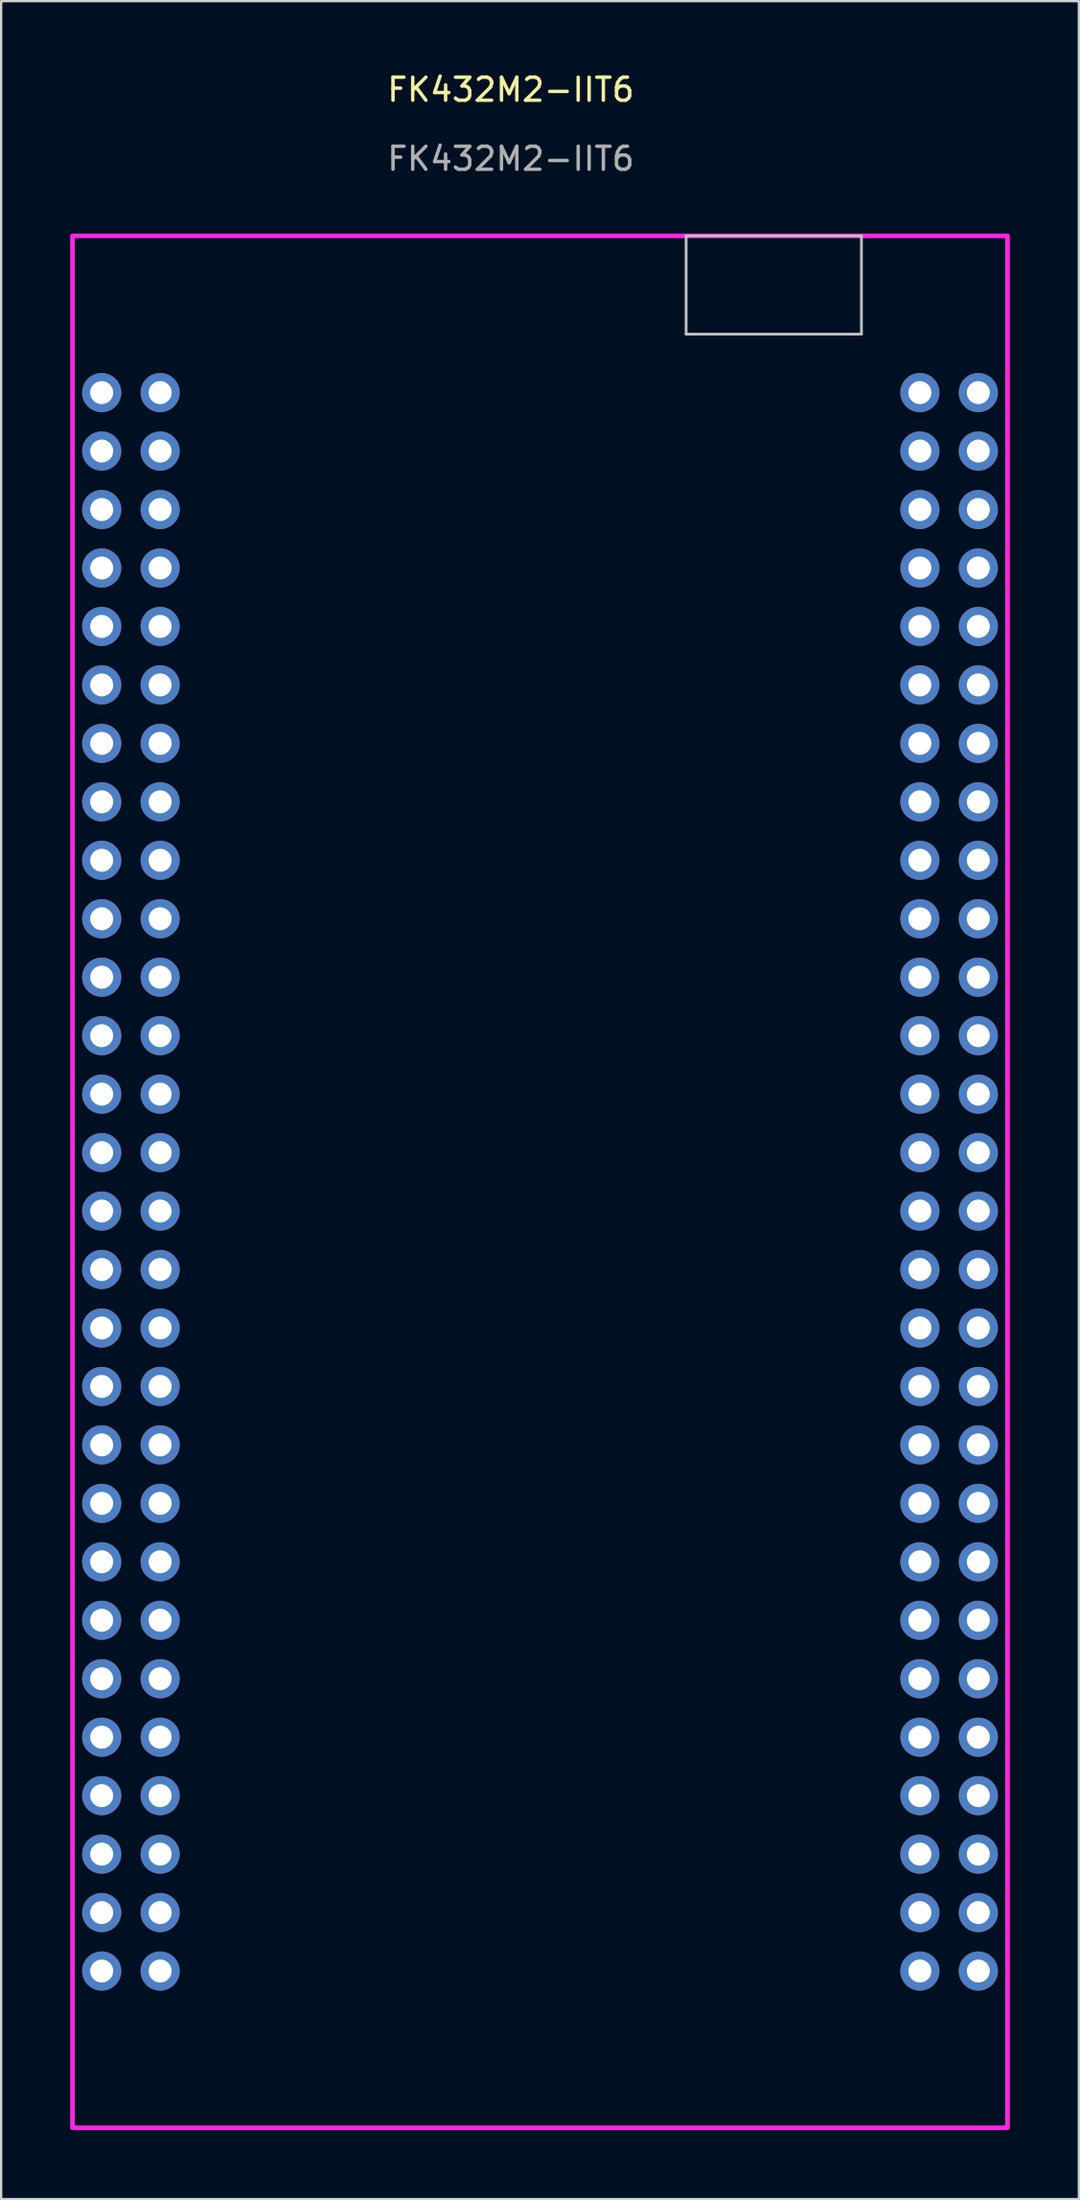
<source format=kicad_pcb>
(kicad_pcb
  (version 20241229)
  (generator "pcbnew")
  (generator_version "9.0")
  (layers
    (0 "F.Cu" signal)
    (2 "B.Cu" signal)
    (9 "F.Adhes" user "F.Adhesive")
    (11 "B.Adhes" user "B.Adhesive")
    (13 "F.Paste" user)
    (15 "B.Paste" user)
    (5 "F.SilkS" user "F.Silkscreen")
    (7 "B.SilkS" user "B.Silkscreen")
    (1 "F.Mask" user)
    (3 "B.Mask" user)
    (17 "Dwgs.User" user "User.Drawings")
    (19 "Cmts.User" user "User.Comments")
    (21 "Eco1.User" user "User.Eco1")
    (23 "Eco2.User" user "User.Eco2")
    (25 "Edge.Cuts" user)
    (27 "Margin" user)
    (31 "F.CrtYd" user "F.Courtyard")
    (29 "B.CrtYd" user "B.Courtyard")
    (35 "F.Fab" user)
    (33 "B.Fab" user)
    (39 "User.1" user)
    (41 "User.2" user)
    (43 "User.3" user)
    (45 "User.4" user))
  (footprint "FK432M2-IIT6"
    (layer "F.Cu")
    (at 1.37 14.008)
    (property "Reference" "FK432M2-IIT6" (at 17.78 -13.16 0) (unlocked yes) (layer "F.SilkS") (effects (font (size 1 1) (thickness 0.15))))
    (attr through_hole)
    (fp_line (start 25.4 -6.81) (end 25.4 -2.54) (stroke (width 0.12) (type default)) (layer "Dwgs.User"))
    (fp_line (start 25.4 -2.54) (end 33.02 -2.54) (stroke (width 0.12) (type default)) (layer "Dwgs.User"))
    (fp_line (start 33.02 -6.81) (end 25.4 -6.81) (stroke (width 0.12) (type default)) (layer "Dwgs.User"))
    (fp_line (start 33.02 -2.54) (end 33.02 -6.81) (stroke (width 0.12) (type default)) (layer "Dwgs.User"))
    (fp_rect (start -1.27 -6.81) (end 39.37 75.39) (stroke (width 0.2) (type default)) (fill no) (layer "F.CrtYd"))
    (fp_text user "${REFERENCE}" (at 17.78 -10.16 0) (unlocked yes) (layer "F.Fab") (effects (font (size 1 1) (thickness 0.15))))
    (pad "1" thru_hole circle (at 0 0) (size 1.7 1.7) (drill 1) (layers "*.Cu" "B.Mask") (remove_unused_layers yes) (keep_end_layers yes) (zone_layer_connections))
    (pad "2" thru_hole circle (at 2.54 0) (size 1.7 1.7) (drill 1) (layers "*.Cu" "B.Mask") (remove_unused_layers yes) (keep_end_layers yes) (zone_layer_connections))
    (pad "3" thru_hole circle (at 0 2.54) (size 1.7 1.7) (drill 1) (layers "*.Cu" "B.Mask") (remove_unused_layers yes) (keep_end_layers yes) (zone_layer_connections))
    (pad "4" thru_hole circle (at 2.54 2.54) (size 1.7 1.7) (drill 1) (layers "*.Cu" "B.Mask") (remove_unused_layers yes) (keep_end_layers yes) (zone_layer_connections))
    (pad "5" thru_hole circle (at 0 5.08) (size 1.7 1.7) (drill 1) (layers "*.Cu" "B.Mask") (remove_unused_layers yes) (keep_end_layers yes) (zone_layer_connections))
    (pad "6" thru_hole circle (at 2.54 5.08) (size 1.7 1.7) (drill 1) (layers "*.Cu" "B.Mask") (remove_unused_layers yes) (keep_end_layers yes) (zone_layer_connections))
    (pad "7" thru_hole circle (at 0 7.62) (size 1.7 1.7) (drill 1) (layers "*.Cu" "B.Mask") (remove_unused_layers yes) (keep_end_layers yes) (zone_layer_connections))
    (pad "8" thru_hole circle (at 2.54 7.62) (size 1.7 1.7) (drill 1) (layers "*.Cu" "B.Mask") (remove_unused_layers yes) (keep_end_layers yes) (zone_layer_connections))
    (pad "9" thru_hole circle (at 0 10.16) (size 1.7 1.7) (drill 1) (layers "*.Cu" "B.Mask") (remove_unused_layers yes) (keep_end_layers yes) (zone_layer_connections))
    (pad "10" thru_hole circle (at 2.54 10.16) (size 1.7 1.7) (drill 1) (layers "*.Cu" "B.Mask") (remove_unused_layers yes) (keep_end_layers yes) (zone_layer_connections))
    (pad "11" thru_hole circle (at 0 12.7) (size 1.7 1.7) (drill 1) (layers "*.Cu" "B.Mask") (remove_unused_layers yes) (keep_end_layers yes) (zone_layer_connections))
    (pad "12" thru_hole circle (at 2.54 12.7) (size 1.7 1.7) (drill 1) (layers "*.Cu" "B.Mask") (remove_unused_layers yes) (keep_end_layers yes) (zone_layer_connections))
    (pad "13" thru_hole circle (at 0 15.24) (size 1.7 1.7) (drill 1) (layers "*.Cu" "B.Mask") (remove_unused_layers yes) (keep_end_layers yes) (zone_layer_connections))
    (pad "14" thru_hole circle (at 2.54 15.24) (size 1.7 1.7) (drill 1) (layers "*.Cu" "B.Mask") (remove_unused_layers yes) (keep_end_layers yes) (zone_layer_connections))
    (pad "15" thru_hole circle (at 0 17.78) (size 1.7 1.7) (drill 1) (layers "*.Cu" "B.Mask") (remove_unused_layers yes) (keep_end_layers yes) (zone_layer_connections))
    (pad "16" thru_hole circle (at 2.54 17.78) (size 1.7 1.7) (drill 1) (layers "*.Cu" "B.Mask") (remove_unused_layers yes) (keep_end_layers yes) (zone_layer_connections))
    (pad "17" thru_hole circle (at 0 20.32) (size 1.7 1.7) (drill 1) (layers "*.Cu" "B.Mask") (remove_unused_layers yes) (keep_end_layers yes) (zone_layer_connections))
    (pad "18" thru_hole circle (at 2.54 20.32) (size 1.7 1.7) (drill 1) (layers "*.Cu" "B.Mask") (remove_unused_layers yes) (keep_end_layers yes) (zone_layer_connections))
    (pad "19" thru_hole circle (at 0 22.86) (size 1.7 1.7) (drill 1) (layers "*.Cu" "B.Mask") (remove_unused_layers yes) (keep_end_layers yes) (zone_layer_connections))
    (pad "20" thru_hole circle (at 2.54 22.86) (size 1.7 1.7) (drill 1) (layers "*.Cu" "B.Mask") (remove_unused_layers yes) (keep_end_layers yes) (zone_layer_connections))
    (pad "21" thru_hole circle (at 0 25.4) (size 1.7 1.7) (drill 1) (layers "*.Cu" "B.Mask") (remove_unused_layers yes) (keep_end_layers yes) (zone_layer_connections))
    (pad "22" thru_hole circle (at 2.54 25.4) (size 1.7 1.7) (drill 1) (layers "*.Cu" "B.Mask") (remove_unused_layers yes) (keep_end_layers yes) (zone_layer_connections))
    (pad "23" thru_hole circle (at 0 27.94) (size 1.7 1.7) (drill 1) (layers "*.Cu" "B.Mask") (remove_unused_layers yes) (keep_end_layers yes) (zone_layer_connections))
    (pad "24" thru_hole circle (at 2.54 27.94) (size 1.7 1.7) (drill 1) (layers "*.Cu" "B.Mask") (remove_unused_layers yes) (keep_end_layers yes) (zone_layer_connections))
    (pad "25" thru_hole circle (at 0 30.48) (size 1.7 1.7) (drill 1) (layers "*.Cu" "B.Mask") (remove_unused_layers yes) (keep_end_layers yes) (zone_layer_connections))
    (pad "26" thru_hole circle (at 2.54 30.48) (size 1.7 1.7) (drill 1) (layers "*.Cu" "B.Mask") (remove_unused_layers yes) (keep_end_layers yes) (zone_layer_connections))
    (pad "27" thru_hole circle (at 0 33.02) (size 1.7 1.7) (drill 1) (layers "*.Cu" "B.Mask") (remove_unused_layers yes) (keep_end_layers yes) (zone_layer_connections))
    (pad "28" thru_hole circle (at 2.54 33.02) (size 1.7 1.7) (drill 1) (layers "*.Cu" "B.Mask") (remove_unused_layers yes) (keep_end_layers yes) (zone_layer_connections))
    (pad "29" thru_hole circle (at 0 35.56) (size 1.7 1.7) (drill 1) (layers "*.Cu" "B.Mask") (remove_unused_layers yes) (keep_end_layers yes) (zone_layer_connections))
    (pad "30" thru_hole circle (at 2.54 35.56) (size 1.7 1.7) (drill 1) (layers "*.Cu" "B.Mask") (remove_unused_layers yes) (keep_end_layers yes) (zone_layer_connections))
    (pad "31" thru_hole circle (at 0 38.1) (size 1.7 1.7) (drill 1) (layers "*.Cu" "B.Mask") (remove_unused_layers yes) (keep_end_layers yes) (zone_layer_connections))
    (pad "32" thru_hole circle (at 2.54 38.1) (size 1.7 1.7) (drill 1) (layers "*.Cu" "B.Mask") (remove_unused_layers yes) (keep_end_layers yes) (zone_layer_connections))
    (pad "33" thru_hole circle (at 0 40.64) (size 1.7 1.7) (drill 1) (layers "*.Cu" "B.Mask") (remove_unused_layers yes) (keep_end_layers yes) (zone_layer_connections))
    (pad "34" thru_hole circle (at 2.54 40.64) (size 1.7 1.7) (drill 1) (layers "*.Cu" "B.Mask") (remove_unused_layers yes) (keep_end_layers yes) (zone_layer_connections))
    (pad "35" thru_hole circle (at 0 43.18) (size 1.7 1.7) (drill 1) (layers "*.Cu" "B.Mask") (remove_unused_layers yes) (keep_end_layers yes) (zone_layer_connections))
    (pad "36" thru_hole circle (at 2.54 43.18) (size 1.7 1.7) (drill 1) (layers "*.Cu" "B.Mask") (remove_unused_layers yes) (keep_end_layers yes) (zone_layer_connections))
    (pad "37" thru_hole circle (at 0 45.72) (size 1.7 1.7) (drill 1) (layers "*.Cu" "B.Mask") (remove_unused_layers yes) (keep_end_layers yes) (zone_layer_connections))
    (pad "38" thru_hole circle (at 2.54 45.72) (size 1.7 1.7) (drill 1) (layers "*.Cu" "B.Mask") (remove_unused_layers yes) (keep_end_layers yes) (zone_layer_connections))
    (pad "39" thru_hole circle (at 0 48.26) (size 1.7 1.7) (drill 1) (layers "*.Cu" "B.Mask") (remove_unused_layers yes) (keep_end_layers yes) (zone_layer_connections))
    (pad "40" thru_hole circle (at 2.54 48.26) (size 1.7 1.7) (drill 1) (layers "*.Cu" "B.Mask") (remove_unused_layers yes) (keep_end_layers yes) (zone_layer_connections))
    (pad "41" thru_hole circle (at 0 50.8) (size 1.7 1.7) (drill 1) (layers "*.Cu" "B.Mask") (remove_unused_layers yes) (keep_end_layers yes) (zone_layer_connections))
    (pad "42" thru_hole circle (at 2.54 50.8) (size 1.7 1.7) (drill 1) (layers "*.Cu" "B.Mask") (remove_unused_layers yes) (keep_end_layers yes) (zone_layer_connections))
    (pad "43" thru_hole circle (at 0 53.34) (size 1.7 1.7) (drill 1) (layers "*.Cu" "B.Mask") (remove_unused_layers yes) (keep_end_layers yes) (zone_layer_connections))
    (pad "44" thru_hole circle (at 2.54 53.34) (size 1.7 1.7) (drill 1) (layers "*.Cu" "B.Mask") (remove_unused_layers yes) (keep_end_layers yes) (zone_layer_connections))
    (pad "45" thru_hole circle (at 0 55.88) (size 1.7 1.7) (drill 1) (layers "*.Cu" "B.Mask") (remove_unused_layers yes) (keep_end_layers yes) (zone_layer_connections))
    (pad "46" thru_hole circle (at 2.54 55.88) (size 1.7 1.7) (drill 1) (layers "*.Cu" "B.Mask") (remove_unused_layers yes) (keep_end_layers yes) (zone_layer_connections))
    (pad "47" thru_hole circle (at 0 58.42) (size 1.7 1.7) (drill 1) (layers "*.Cu" "B.Mask") (remove_unused_layers yes) (keep_end_layers yes) (zone_layer_connections))
    (pad "48" thru_hole circle (at 2.54 58.42) (size 1.7 1.7) (drill 1) (layers "*.Cu" "B.Mask") (remove_unused_layers yes) (keep_end_layers yes) (zone_layer_connections))
    (pad "49" thru_hole circle (at 0 60.96) (size 1.7 1.7) (drill 1) (layers "*.Cu" "B.Mask") (remove_unused_layers yes) (keep_end_layers yes) (zone_layer_connections))
    (pad "50" thru_hole circle (at 2.54 60.96) (size 1.7 1.7) (drill 1) (layers "*.Cu" "B.Mask") (remove_unused_layers yes) (keep_end_layers yes) (zone_layer_connections))
    (pad "51" thru_hole circle (at 0 63.5) (size 1.7 1.7) (drill 1) (layers "*.Cu" "B.Mask") (remove_unused_layers yes) (keep_end_layers yes) (zone_layer_connections))
    (pad "52" thru_hole circle (at 2.54 63.5) (size 1.7 1.7) (drill 1) (layers "*.Cu" "B.Mask") (remove_unused_layers yes) (keep_end_layers yes) (zone_layer_connections))
    (pad "53" thru_hole circle (at 0 66.04) (size 1.7 1.7) (drill 1) (layers "*.Cu" "B.Mask") (remove_unused_layers yes) (keep_end_layers yes) (zone_layer_connections))
    (pad "54" thru_hole circle (at 2.54 66.04) (size 1.7 1.7) (drill 1) (layers "*.Cu" "B.Mask") (remove_unused_layers yes) (keep_end_layers yes) (zone_layer_connections))
    (pad "55" thru_hole circle (at 0 68.58) (size 1.7 1.7) (drill 1) (layers "*.Cu" "B.Mask") (remove_unused_layers yes) (keep_end_layers yes) (zone_layer_connections))
    (pad "56" thru_hole circle (at 2.54 68.58) (size 1.7 1.7) (drill 1) (layers "*.Cu" "B.Mask") (remove_unused_layers yes) (keep_end_layers yes) (zone_layer_connections))
    (pad "57" thru_hole circle (at 35.56 0) (size 1.7 1.7) (drill 1) (layers "*.Cu" "B.Mask") (remove_unused_layers yes) (keep_end_layers yes) (zone_layer_connections))
    (pad "58" thru_hole circle (at 38.1 0) (size 1.7 1.7) (drill 1) (layers "*.Cu" "B.Mask") (remove_unused_layers yes) (keep_end_layers yes) (zone_layer_connections))
    (pad "59" thru_hole circle (at 35.56 2.54) (size 1.7 1.7) (drill 1) (layers "*.Cu" "B.Mask") (remove_unused_layers yes) (keep_end_layers yes) (zone_layer_connections))
    (pad "60" thru_hole circle (at 38.1 2.54) (size 1.7 1.7) (drill 1) (layers "*.Cu" "B.Mask") (remove_unused_layers yes) (keep_end_layers yes) (zone_layer_connections))
    (pad "61" thru_hole circle (at 35.56 5.08) (size 1.7 1.7) (drill 1) (layers "*.Cu" "B.Mask") (remove_unused_layers yes) (keep_end_layers yes) (zone_layer_connections))
    (pad "62" thru_hole circle (at 38.1 5.08) (size 1.7 1.7) (drill 1) (layers "*.Cu" "B.Mask") (remove_unused_layers yes) (keep_end_layers yes) (zone_layer_connections))
    (pad "63" thru_hole circle (at 35.56 7.62) (size 1.7 1.7) (drill 1) (layers "*.Cu" "B.Mask") (remove_unused_layers yes) (keep_end_layers yes) (zone_layer_connections))
    (pad "64" thru_hole circle (at 38.1 7.62) (size 1.7 1.7) (drill 1) (layers "*.Cu" "B.Mask") (remove_unused_layers yes) (keep_end_layers yes) (zone_layer_connections))
    (pad "65" thru_hole circle (at 35.56 10.16) (size 1.7 1.7) (drill 1) (layers "*.Cu" "B.Mask") (remove_unused_layers yes) (keep_end_layers yes) (zone_layer_connections))
    (pad "66" thru_hole circle (at 38.1 10.16) (size 1.7 1.7) (drill 1) (layers "*.Cu" "B.Mask") (remove_unused_layers yes) (keep_end_layers yes) (zone_layer_connections))
    (pad "67" thru_hole circle (at 35.56 12.7) (size 1.7 1.7) (drill 1) (layers "*.Cu" "B.Mask") (remove_unused_layers yes) (keep_end_layers yes) (zone_layer_connections))
    (pad "68" thru_hole circle (at 38.1 12.7) (size 1.7 1.7) (drill 1) (layers "*.Cu" "B.Mask") (remove_unused_layers yes) (keep_end_layers yes) (zone_layer_connections))
    (pad "69" thru_hole circle (at 35.56 15.24) (size 1.7 1.7) (drill 1) (layers "*.Cu" "B.Mask") (remove_unused_layers yes) (keep_end_layers yes) (zone_layer_connections))
    (pad "70" thru_hole circle (at 38.1 15.24) (size 1.7 1.7) (drill 1) (layers "*.Cu" "B.Mask") (remove_unused_layers yes) (keep_end_layers yes) (zone_layer_connections))
    (pad "71" thru_hole circle (at 35.56 17.78) (size 1.7 1.7) (drill 1) (layers "*.Cu" "B.Mask") (remove_unused_layers yes) (keep_end_layers yes) (zone_layer_connections))
    (pad "72" thru_hole circle (at 38.1 17.78) (size 1.7 1.7) (drill 1) (layers "*.Cu" "B.Mask") (remove_unused_layers yes) (keep_end_layers yes) (zone_layer_connections))
    (pad "73" thru_hole circle (at 35.56 20.32) (size 1.7 1.7) (drill 1) (layers "*.Cu" "B.Mask") (remove_unused_layers yes) (keep_end_layers yes) (zone_layer_connections))
    (pad "74" thru_hole circle (at 38.1 20.32) (size 1.7 1.7) (drill 1) (layers "*.Cu" "B.Mask") (remove_unused_layers yes) (keep_end_layers yes) (zone_layer_connections))
    (pad "75" thru_hole circle (at 35.56 22.86) (size 1.7 1.7) (drill 1) (layers "*.Cu" "B.Mask") (remove_unused_layers yes) (keep_end_layers yes) (zone_layer_connections))
    (pad "76" thru_hole circle (at 38.1 22.86) (size 1.7 1.7) (drill 1) (layers "*.Cu" "B.Mask") (remove_unused_layers yes) (keep_end_layers yes) (zone_layer_connections))
    (pad "77" thru_hole circle (at 35.56 25.4) (size 1.7 1.7) (drill 1) (layers "*.Cu" "B.Mask") (remove_unused_layers yes) (keep_end_layers yes) (zone_layer_connections))
    (pad "78" thru_hole circle (at 38.1 25.4) (size 1.7 1.7) (drill 1) (layers "*.Cu" "B.Mask") (remove_unused_layers yes) (keep_end_layers yes) (zone_layer_connections))
    (pad "79" thru_hole circle (at 35.56 27.94) (size 1.7 1.7) (drill 1) (layers "*.Cu" "B.Mask") (remove_unused_layers yes) (keep_end_layers yes) (zone_layer_connections))
    (pad "80" thru_hole circle (at 38.1 27.94) (size 1.7 1.7) (drill 1) (layers "*.Cu" "B.Mask") (remove_unused_layers yes) (keep_end_layers yes) (zone_layer_connections))
    (pad "81" thru_hole circle (at 35.56 30.48) (size 1.7 1.7) (drill 1) (layers "*.Cu" "B.Mask") (remove_unused_layers yes) (keep_end_layers yes) (zone_layer_connections))
    (pad "82" thru_hole circle (at 38.1 30.48) (size 1.7 1.7) (drill 1) (layers "*.Cu" "B.Mask") (remove_unused_layers yes) (keep_end_layers yes) (zone_layer_connections))
    (pad "83" thru_hole circle (at 35.56 33.02) (size 1.7 1.7) (drill 1) (layers "*.Cu" "B.Mask") (remove_unused_layers yes) (keep_end_layers yes) (zone_layer_connections))
    (pad "84" thru_hole circle (at 38.1 33.02) (size 1.7 1.7) (drill 1) (layers "*.Cu" "B.Mask") (remove_unused_layers yes) (keep_end_layers yes) (zone_layer_connections))
    (pad "85" thru_hole circle (at 35.56 35.56) (size 1.7 1.7) (drill 1) (layers "*.Cu" "B.Mask") (remove_unused_layers yes) (keep_end_layers yes) (zone_layer_connections))
    (pad "86" thru_hole circle (at 38.1 35.56) (size 1.7 1.7) (drill 1) (layers "*.Cu" "B.Mask") (remove_unused_layers yes) (keep_end_layers yes) (zone_layer_connections))
    (pad "87" thru_hole circle (at 35.56 38.1) (size 1.7 1.7) (drill 1) (layers "*.Cu" "B.Mask") (remove_unused_layers yes) (keep_end_layers yes) (zone_layer_connections))
    (pad "88" thru_hole circle (at 38.1 38.1) (size 1.7 1.7) (drill 1) (layers "*.Cu" "B.Mask") (remove_unused_layers yes) (keep_end_layers yes) (zone_layer_connections))
    (pad "89" thru_hole circle (at 35.56 40.64) (size 1.7 1.7) (drill 1) (layers "*.Cu" "B.Mask") (remove_unused_layers yes) (keep_end_layers yes) (zone_layer_connections))
    (pad "90" thru_hole circle (at 38.1 40.64) (size 1.7 1.7) (drill 1) (layers "*.Cu" "B.Mask") (remove_unused_layers yes) (keep_end_layers yes) (zone_layer_connections))
    (pad "91" thru_hole circle (at 35.56 43.18) (size 1.7 1.7) (drill 1) (layers "*.Cu" "B.Mask") (remove_unused_layers yes) (keep_end_layers yes) (zone_layer_connections))
    (pad "92" thru_hole circle (at 38.1 43.18) (size 1.7 1.7) (drill 1) (layers "*.Cu" "B.Mask") (remove_unused_layers yes) (keep_end_layers yes) (zone_layer_connections))
    (pad "93" thru_hole circle (at 35.56 45.72) (size 1.7 1.7) (drill 1) (layers "*.Cu" "B.Mask") (remove_unused_layers yes) (keep_end_layers yes) (zone_layer_connections))
    (pad "94" thru_hole circle (at 38.1 45.72) (size 1.7 1.7) (drill 1) (layers "*.Cu" "B.Mask") (remove_unused_layers yes) (keep_end_layers yes) (zone_layer_connections))
    (pad "95" thru_hole circle (at 35.56 48.26) (size 1.7 1.7) (drill 1) (layers "*.Cu" "B.Mask") (remove_unused_layers yes) (keep_end_layers yes) (zone_layer_connections))
    (pad "96" thru_hole circle (at 38.1 48.26) (size 1.7 1.7) (drill 1) (layers "*.Cu" "B.Mask") (remove_unused_layers yes) (keep_end_layers yes) (zone_layer_connections))
    (pad "97" thru_hole circle (at 35.56 50.8) (size 1.7 1.7) (drill 1) (layers "*.Cu" "B.Mask") (remove_unused_layers yes) (keep_end_layers yes) (zone_layer_connections))
    (pad "98" thru_hole circle (at 38.1 50.8) (size 1.7 1.7) (drill 1) (layers "*.Cu" "B.Mask") (remove_unused_layers yes) (keep_end_layers yes) (zone_layer_connections))
    (pad "99" thru_hole circle (at 35.56 53.34) (size 1.7 1.7) (drill 1) (layers "*.Cu" "B.Mask") (remove_unused_layers yes) (keep_end_layers yes) (zone_layer_connections))
    (pad "100" thru_hole circle (at 38.1 53.34) (size 1.7 1.7) (drill 1) (layers "*.Cu" "B.Mask") (remove_unused_layers yes) (keep_end_layers yes) (zone_layer_connections))
    (pad "101" thru_hole circle (at 35.56 55.88) (size 1.7 1.7) (drill 1) (layers "*.Cu" "B.Mask") (remove_unused_layers yes) (keep_end_layers yes) (zone_layer_connections))
    (pad "102" thru_hole circle (at 38.1 55.88) (size 1.7 1.7) (drill 1) (layers "*.Cu" "B.Mask") (remove_unused_layers yes) (keep_end_layers yes) (zone_layer_connections))
    (pad "103" thru_hole circle (at 35.56 58.42) (size 1.7 1.7) (drill 1) (layers "*.Cu" "B.Mask") (remove_unused_layers yes) (keep_end_layers yes) (zone_layer_connections))
    (pad "104" thru_hole circle (at 38.1 58.42) (size 1.7 1.7) (drill 1) (layers "*.Cu" "B.Mask") (remove_unused_layers yes) (keep_end_layers yes) (zone_layer_connections))
    (pad "105" thru_hole circle (at 35.56 60.96) (size 1.7 1.7) (drill 1) (layers "*.Cu" "B.Mask") (remove_unused_layers yes) (keep_end_layers yes) (zone_layer_connections))
    (pad "106" thru_hole circle (at 38.1 60.96) (size 1.7 1.7) (drill 1) (layers "*.Cu" "B.Mask") (remove_unused_layers yes) (keep_end_layers yes) (zone_layer_connections))
    (pad "107" thru_hole circle (at 35.56 63.5) (size 1.7 1.7) (drill 1) (layers "*.Cu" "B.Mask") (remove_unused_layers yes) (keep_end_layers yes) (zone_layer_connections))
    (pad "108" thru_hole circle (at 38.1 63.5) (size 1.7 1.7) (drill 1) (layers "*.Cu" "B.Mask") (remove_unused_layers yes) (keep_end_layers yes) (zone_layer_connections))
    (pad "109" thru_hole circle (at 35.56 66.04) (size 1.7 1.7) (drill 1) (layers "*.Cu" "B.Mask") (remove_unused_layers yes) (keep_end_layers yes) (zone_layer_connections))
    (pad "110" thru_hole circle (at 38.1 66.04) (size 1.7 1.7) (drill 1) (layers "*.Cu" "B.Mask") (remove_unused_layers yes) (keep_end_layers yes) (zone_layer_connections))
    (pad "111" thru_hole circle (at 35.56 68.58) (size 1.7 1.7) (drill 1) (layers "*.Cu" "B.Mask") (remove_unused_layers yes) (keep_end_layers yes) (zone_layer_connections))
    (pad "112" thru_hole circle (at 38.1 68.58) (size 1.7 1.7) (drill 1) (layers "*.Cu" "B.Mask") (remove_unused_layers yes) (keep_end_layers yes) (zone_layer_connections)))
  (gr_rect
    (start -3 -3)
    (end 43.84 92.498)
    (stroke (width 0.1) (type default))
    (fill no)
    (layer "Edge.Cuts")))
</source>
